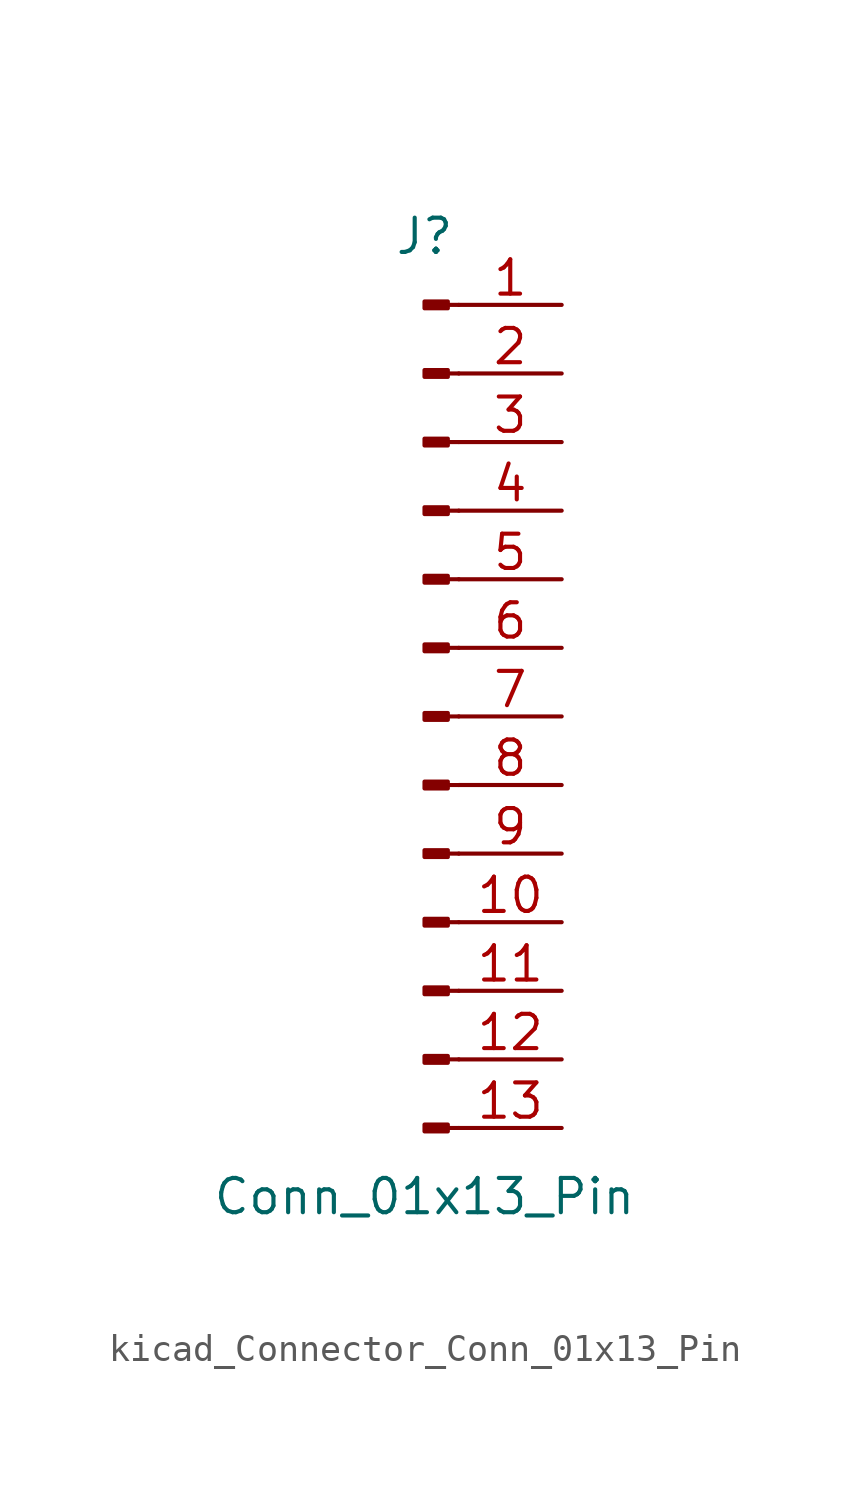
<source format=kicad_sym>
(kicad_symbol_lib
  (version 20220914)
  (generator kicad_symbol_editor)
  (symbol "kicad_Connector_Conn_01x13_Pin"
    (pin_names
      (offset 1.016) hide)
    (property "Reference" "J"
      (at 0 17.78 0)
      (effects (font (size 1.27 1.27))))
    (property "Value" "Conn_01x13_Pin"
      (at 0 -17.78 0)
      (effects (font (size 1.27 1.27))))
    (property "ki_locked" ""
      (at 0 0 0)
      (effects (font (size 1.27 1.27))))
    (symbol "kicad_Connector_Conn_01x13_Pin_1_1"
      (polyline (pts (xy 1.27 -15.24) (xy 0.864 -15.24)) (stroke (width 0.152) (type default)) (fill (type none)))
      (polyline (pts (xy 1.27 -12.7) (xy 0.864 -12.7)) (stroke (width 0.152) (type default)) (fill (type none)))
      (polyline (pts (xy 1.27 -10.16) (xy 0.864 -10.16)) (stroke (width 0.152) (type default)) (fill (type none)))
      (polyline (pts (xy 1.27 -7.62) (xy 0.864 -7.62)) (stroke (width 0.152) (type default)) (fill (type none)))
      (polyline (pts (xy 1.27 -5.08) (xy 0.864 -5.08)) (stroke (width 0.152) (type default)) (fill (type none)))
      (polyline (pts (xy 1.27 -2.54) (xy 0.864 -2.54)) (stroke (width 0.152) (type default)) (fill (type none)))
      (polyline (pts (xy 1.27 0) (xy 0.864 0)) (stroke (width 0.152) (type default)) (fill (type none)))
      (polyline (pts (xy 1.27 2.54) (xy 0.864 2.54)) (stroke (width 0.152) (type default)) (fill (type none)))
      (polyline (pts (xy 1.27 5.08) (xy 0.864 5.08)) (stroke (width 0.152) (type default)) (fill (type none)))
      (polyline (pts (xy 1.27 7.62) (xy 0.864 7.62)) (stroke (width 0.152) (type default)) (fill (type none)))
      (polyline (pts (xy 1.27 10.16) (xy 0.864 10.16)) (stroke (width 0.152) (type default)) (fill (type none)))
      (polyline (pts (xy 1.27 12.7) (xy 0.864 12.7)) (stroke (width 0.152) (type default)) (fill (type none)))
      (polyline (pts (xy 1.27 15.24) (xy 0.864 15.24)) (stroke (width 0.152) (type default)) (fill (type none)))
      (rectangle (start 0.864 -15.113) (end 0 -15.367) (stroke (width 0.152) (type default)) (fill (type outline)))
      (rectangle (start 0.864 -12.573) (end 0 -12.827) (stroke (width 0.152) (type default)) (fill (type outline)))
      (rectangle (start 0.864 -10.033) (end 0 -10.287) (stroke (width 0.152) (type default)) (fill (type outline)))
      (rectangle (start 0.864 -7.493) (end 0 -7.747) (stroke (width 0.152) (type default)) (fill (type outline)))
      (rectangle (start 0.864 -4.953) (end 0 -5.207) (stroke (width 0.152) (type default)) (fill (type outline)))
      (rectangle (start 0.864 -2.413) (end 0 -2.667) (stroke (width 0.152) (type default)) (fill (type outline)))
      (rectangle (start 0.864 0.127) (end 0 -0.127) (stroke (width 0.152) (type default)) (fill (type outline)))
      (rectangle (start 0.864 2.667) (end 0 2.413) (stroke (width 0.152) (type default)) (fill (type outline)))
      (rectangle (start 0.864 5.207) (end 0 4.953) (stroke (width 0.152) (type default)) (fill (type outline)))
      (rectangle (start 0.864 7.747) (end 0 7.493) (stroke (width 0.152) (type default)) (fill (type outline)))
      (rectangle (start 0.864 10.287) (end 0 10.033) (stroke (width 0.152) (type default)) (fill (type outline)))
      (rectangle (start 0.864 12.827) (end 0 12.573) (stroke (width 0.152) (type default)) (fill (type outline)))
      (rectangle (start 0.864 15.367) (end 0 15.113) (stroke (width 0.152) (type default)) (fill (type outline)))
      (pin passive line (at 5.08 15.24 180) (length 3.81) (name "Pin_1" (effects (font (size 1.27 1.27)))) (number "1" (effects (font (size 1.27 1.27)))))
      (pin passive line (at 5.08 -7.62 180) (length 3.81) (name "Pin_10" (effects (font (size 1.27 1.27)))) (number "10" (effects (font (size 1.27 1.27)))))
      (pin passive line (at 5.08 -10.16 180) (length 3.81) (name "Pin_11" (effects (font (size 1.27 1.27)))) (number "11" (effects (font (size 1.27 1.27)))))
      (pin passive line (at 5.08 -12.7 180) (length 3.81) (name "Pin_12" (effects (font (size 1.27 1.27)))) (number "12" (effects (font (size 1.27 1.27)))))
      (pin passive line (at 5.08 -15.24 180) (length 3.81) (name "Pin_13" (effects (font (size 1.27 1.27)))) (number "13" (effects (font (size 1.27 1.27)))))
      (pin passive line (at 5.08 12.7 180) (length 3.81) (name "Pin_2" (effects (font (size 1.27 1.27)))) (number "2" (effects (font (size 1.27 1.27)))))
      (pin passive line (at 5.08 10.16 180) (length 3.81) (name "Pin_3" (effects (font (size 1.27 1.27)))) (number "3" (effects (font (size 1.27 1.27)))))
      (pin passive line (at 5.08 7.62 180) (length 3.81) (name "Pin_4" (effects (font (size 1.27 1.27)))) (number "4" (effects (font (size 1.27 1.27)))))
      (pin passive line (at 5.08 5.08 180) (length 3.81) (name "Pin_5" (effects (font (size 1.27 1.27)))) (number "5" (effects (font (size 1.27 1.27)))))
      (pin passive line (at 5.08 2.54 180) (length 3.81) (name "Pin_6" (effects (font (size 1.27 1.27)))) (number "6" (effects (font (size 1.27 1.27)))))
      (pin passive line (at 5.08 0 180) (length 3.81) (name "Pin_7" (effects (font (size 1.27 1.27)))) (number "7" (effects (font (size 1.27 1.27)))))
      (pin passive line (at 5.08 -2.54 180) (length 3.81) (name "Pin_8" (effects (font (size 1.27 1.27)))) (number "8" (effects (font (size 1.27 1.27)))))
      (pin passive line (at 5.08 -5.08 180) (length 3.81) (name "Pin_9" (effects (font (size 1.27 1.27)))) (number "9" (effects (font (size 1.27 1.27))))))))
</source>
